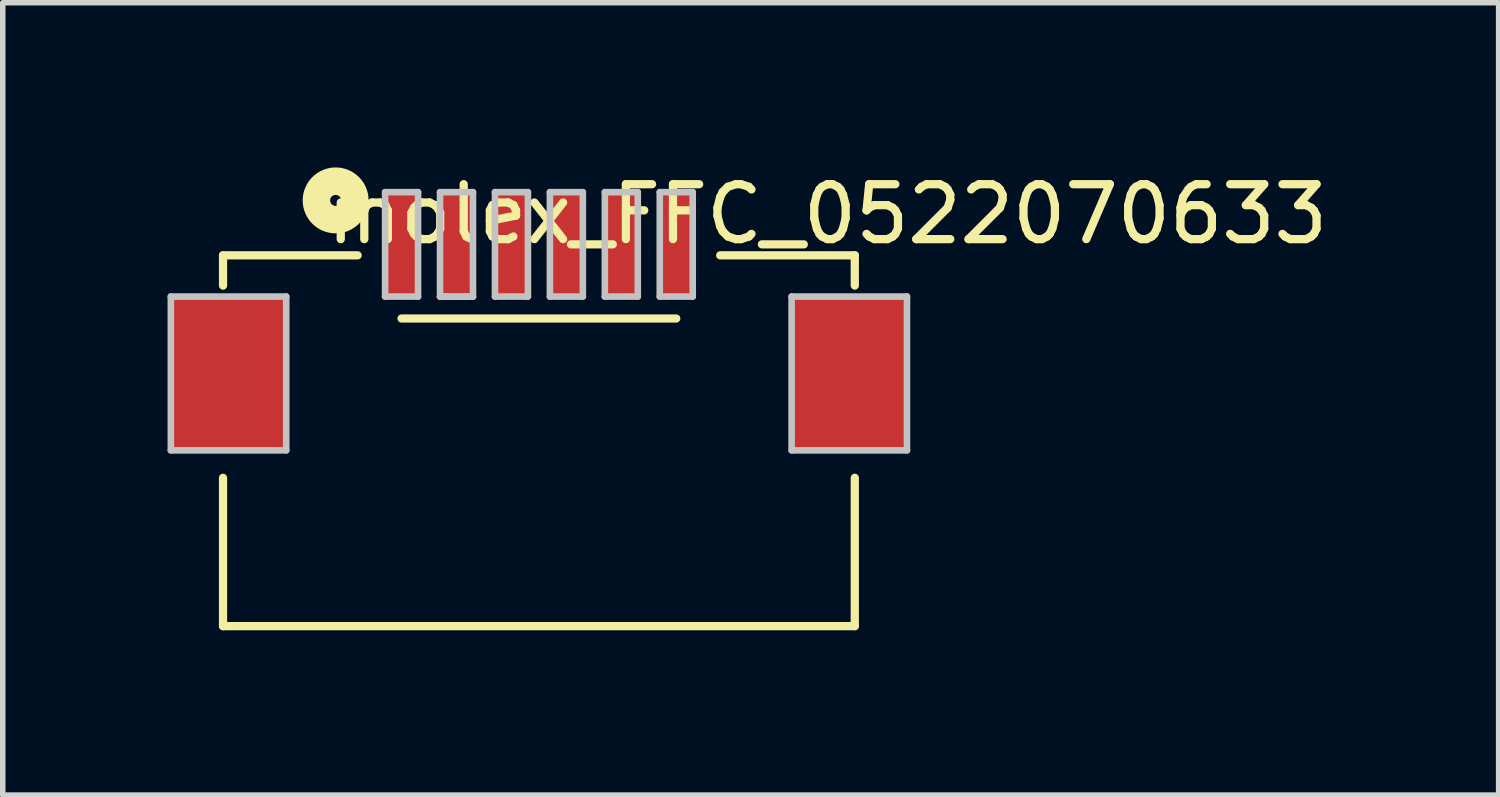
<source format=kicad_pcb>
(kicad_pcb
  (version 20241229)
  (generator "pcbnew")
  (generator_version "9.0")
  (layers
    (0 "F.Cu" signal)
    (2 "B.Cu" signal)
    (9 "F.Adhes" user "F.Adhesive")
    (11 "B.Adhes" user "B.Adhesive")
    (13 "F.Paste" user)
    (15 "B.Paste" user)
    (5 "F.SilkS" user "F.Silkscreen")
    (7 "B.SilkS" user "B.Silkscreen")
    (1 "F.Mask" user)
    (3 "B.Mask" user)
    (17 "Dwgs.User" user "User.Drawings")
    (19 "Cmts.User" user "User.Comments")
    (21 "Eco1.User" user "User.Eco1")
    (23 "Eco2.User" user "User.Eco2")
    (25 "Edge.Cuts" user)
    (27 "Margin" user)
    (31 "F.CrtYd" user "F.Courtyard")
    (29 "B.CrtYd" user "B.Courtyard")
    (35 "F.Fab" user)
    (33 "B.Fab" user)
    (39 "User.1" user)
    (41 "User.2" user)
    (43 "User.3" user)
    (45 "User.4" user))
  (footprint "molex_FFC_0522070633"
    (layer "F.Cu")
    (at 3.96 2.348)
    (property "Reference" "molex_FFC_0522070633" (at 8.05 -1.5 0) (layer "F.SilkS") (effects (font (size 1 1) (thickness 0.15))))
    (attr through_hole)
    (fp_line (start -2.95 -0.75) (end -0.5 -0.75) (stroke (width 0.15) (type solid)) (layer "F.SilkS"))
    (fp_line (start -2.95 -0.2) (end -2.95 -0.75) (stroke (width 0.15) (type solid)) (layer "F.SilkS"))
    (fp_line (start -2.95 6) (end -2.95 3.3) (stroke (width 0.15) (type solid)) (layer "F.SilkS"))
    (fp_line (start 0.3 0.4) (end 5.3 0.4) (stroke (width 0.15) (type solid)) (layer "F.SilkS"))
    (fp_line (start 6.1 -0.75) (end 8.55 -0.75) (stroke (width 0.15) (type solid)) (layer "F.SilkS"))
    (fp_line (start 8.55 -0.75) (end 8.55 -0.2) (stroke (width 0.15) (type solid)) (layer "F.SilkS"))
    (fp_line (start 8.55 3.3) (end 8.55 6) (stroke (width 0.15) (type solid)) (layer "F.SilkS"))
    (fp_line (start 8.55 6) (end -2.95 6) (stroke (width 0.15) (type solid)) (layer "F.SilkS"))
    (fp_circle (center -0.9 -1.75) (end -0.8 -1.75) (stroke (width 0.5) (type solid)) (fill no) (layer "F.SilkS"))
    (fp_line (start -3.9 0) (end -1.8 0) (stroke (width 0.12) (type solid)) (layer "Dwgs.User"))
    (fp_line (start -3.9 2.8) (end -3.9 0) (stroke (width 0.12) (type solid)) (layer "Dwgs.User"))
    (fp_line (start -1.8 0) (end -1.8 2.8) (stroke (width 0.12) (type solid)) (layer "Dwgs.User"))
    (fp_line (start -1.8 2.8) (end -3.9 2.8) (stroke (width 0.12) (type solid)) (layer "Dwgs.User"))
    (fp_line (start 0 -1.9) (end 0 0) (stroke (width 0.12) (type solid)) (layer "Dwgs.User"))
    (fp_line (start 0 0) (end 0.6 0) (stroke (width 0.12) (type solid)) (layer "Dwgs.User"))
    (fp_line (start 0.6 -1.9) (end 0 -1.9) (stroke (width 0.12) (type solid)) (layer "Dwgs.User"))
    (fp_line (start 0.6 0) (end 0.6 -1.9) (stroke (width 0.12) (type solid)) (layer "Dwgs.User"))
    (fp_line (start 1 -1.9) (end 1 0) (stroke (width 0.12) (type solid)) (layer "Dwgs.User"))
    (fp_line (start 1 0) (end 1.6 0) (stroke (width 0.12) (type solid)) (layer "Dwgs.User"))
    (fp_line (start 1 0) (end 1.6 0) (stroke (width 0.12) (type solid)) (layer "Dwgs.User"))
    (fp_line (start 1.6 -1.9) (end 1 -1.9) (stroke (width 0.12) (type solid)) (layer "Dwgs.User"))
    (fp_line (start 1.6 0) (end 1.6 -1.9) (stroke (width 0.12) (type solid)) (layer "Dwgs.User"))
    (fp_line (start 2 -1.9) (end 2 0) (stroke (width 0.12) (type solid)) (layer "Dwgs.User"))
    (fp_line (start 2 0) (end 2.6 0) (stroke (width 0.12) (type solid)) (layer "Dwgs.User"))
    (fp_line (start 2.6 -1.9) (end 2 -1.9) (stroke (width 0.12) (type solid)) (layer "Dwgs.User"))
    (fp_line (start 2.6 0) (end 2.6 -1.9) (stroke (width 0.12) (type solid)) (layer "Dwgs.User"))
    (fp_line (start 3 -1.9) (end 3 0) (stroke (width 0.12) (type solid)) (layer "Dwgs.User"))
    (fp_line (start 3 0) (end 3.6 0) (stroke (width 0.12) (type solid)) (layer "Dwgs.User"))
    (fp_line (start 3.6 -1.9) (end 3 -1.9) (stroke (width 0.12) (type solid)) (layer "Dwgs.User"))
    (fp_line (start 3.6 0) (end 3.6 -1.9) (stroke (width 0.12) (type solid)) (layer "Dwgs.User"))
    (fp_line (start 4 -1.9) (end 4 0) (stroke (width 0.12) (type solid)) (layer "Dwgs.User"))
    (fp_line (start 4 0) (end 4.6 0) (stroke (width 0.12) (type solid)) (layer "Dwgs.User"))
    (fp_line (start 4.6 -1.9) (end 4 -1.9) (stroke (width 0.12) (type solid)) (layer "Dwgs.User"))
    (fp_line (start 4.6 0) (end 4.6 -1.9) (stroke (width 0.12) (type solid)) (layer "Dwgs.User"))
    (fp_line (start 5 -1.9) (end 5 0) (stroke (width 0.12) (type solid)) (layer "Dwgs.User"))
    (fp_line (start 5 0) (end 5.6 0) (stroke (width 0.12) (type solid)) (layer "Dwgs.User"))
    (fp_line (start 5.6 -1.9) (end 5 -1.9) (stroke (width 0.12) (type solid)) (layer "Dwgs.User"))
    (fp_line (start 5.6 0) (end 5.6 -1.9) (stroke (width 0.12) (type solid)) (layer "Dwgs.User"))
    (fp_line (start 7.4 0) (end 7.4 2.8) (stroke (width 0.12) (type solid)) (layer "Dwgs.User"))
    (fp_line (start 7.4 2.8) (end 9.5 2.8) (stroke (width 0.12) (type solid)) (layer "Dwgs.User"))
    (fp_line (start 9.5 0) (end 7.4 0) (stroke (width 0.12) (type solid)) (layer "Dwgs.User"))
    (fp_line (start 9.5 2.8) (end 9.5 0) (stroke (width 0.12) (type solid)) (layer "Dwgs.User"))
    (pad "1" smd rect (at 0.3 -0.95) (size 0.6 1.9) (layers "F.Cu" "F.Mask" "F.Paste"))
    (pad "2" smd rect (at 1.3 -0.95) (size 0.6 1.9) (layers "F.Cu" "F.Mask" "F.Paste"))
    (pad "3" smd rect (at 2.3 -0.95) (size 0.6 1.9) (layers "F.Cu" "F.Mask" "F.Paste"))
    (pad "4" smd rect (at 3.3 -0.95) (size 0.6 1.9) (layers "F.Cu" "F.Mask" "F.Paste"))
    (pad "5" smd rect (at 4.3 -0.95) (size 0.6 1.9) (layers "F.Cu" "F.Mask" "F.Paste"))
    (pad "6" smd rect (at 5.3 -0.95) (size 0.6 1.9) (layers "F.Cu" "F.Mask" "F.Paste"))
    (pad "S" smd rect (at -2.85 1.4) (size 2.1 2.8) (layers "F.Cu" "F.Mask" "F.Paste"))
    (pad "S" smd rect (at 8.45 1.4) (size 2.1 2.8) (layers "F.Cu" "F.Mask" "F.Paste")))
  (gr_rect
    (start -3 -3)
    (end 24.23 11.423)
    (stroke (width 0.1) (type default))
    (fill no)
    (layer "Edge.Cuts")))
</source>
